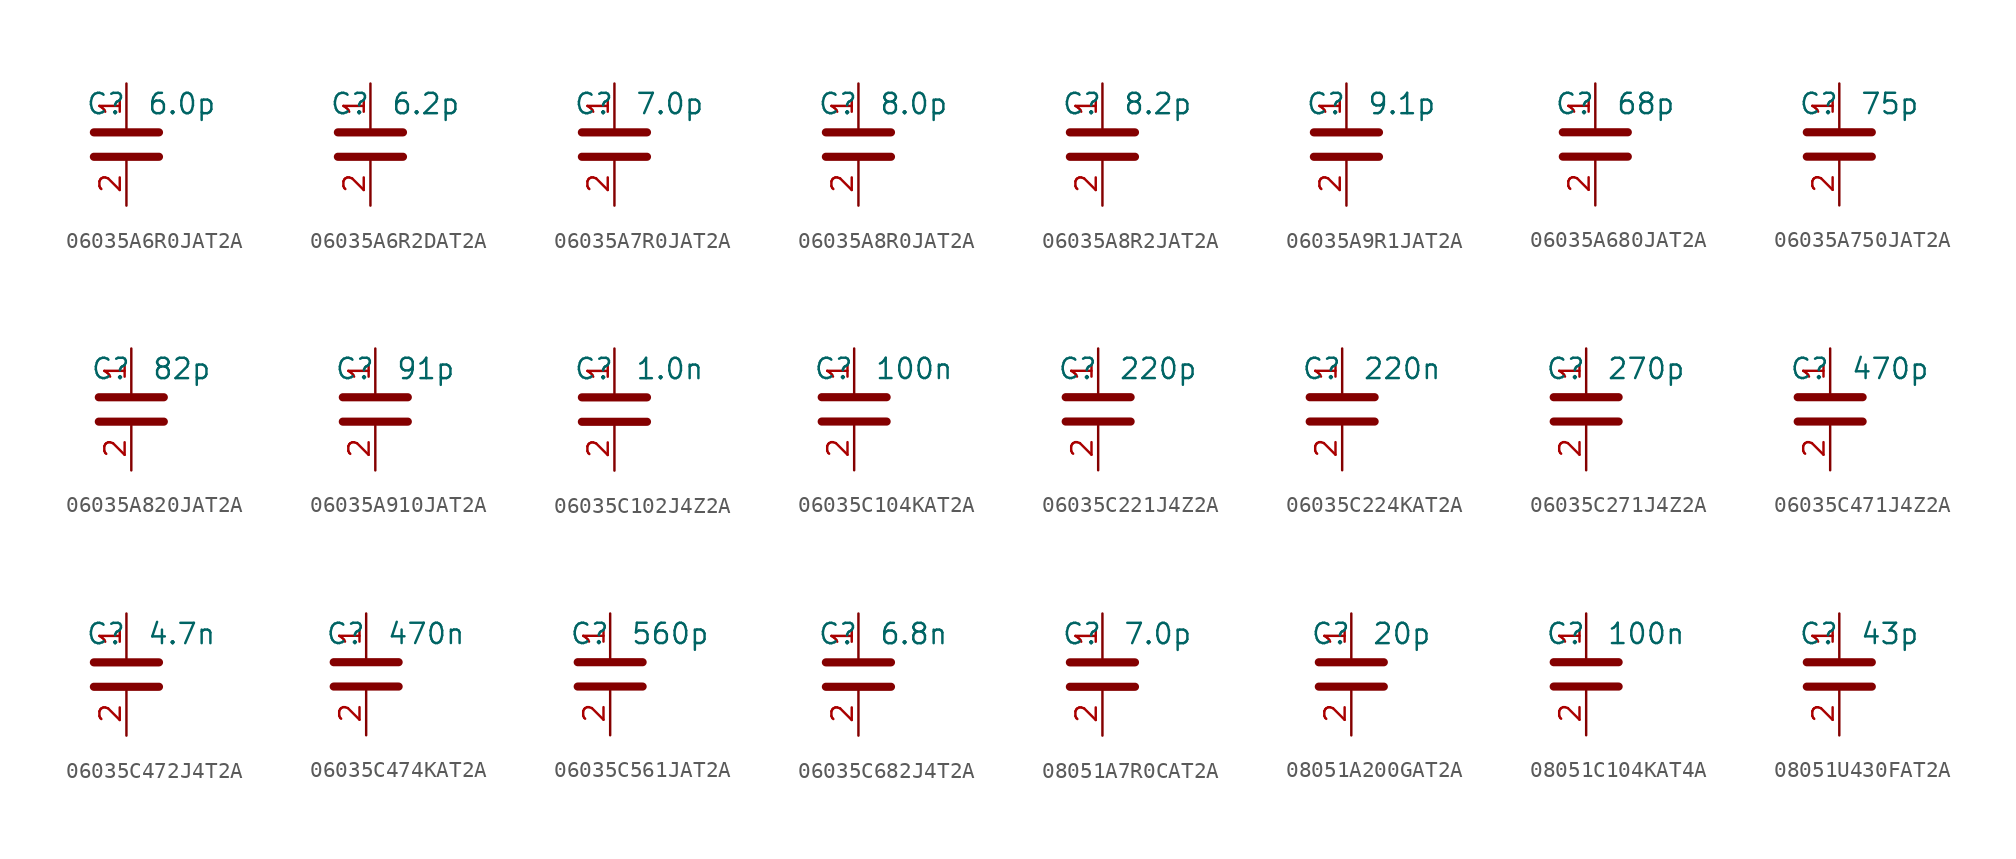
<source format=kicad_sym>
(kicad_symbol_lib
  (version 20241209)
  (generator "kicad_symbol_editor")
  (generator_version "9.0")
  (symbol "06035A6R0JAT2A"
    (property "Reference" "C"
      (at 0 2.54 0)
      (effects (font (size 1.27 1.27)) (justify right)))
    (property "Value" "6.0p"
      (at 1.27 2.54 0)
      (effects (font (size 1.27 1.27)) (justify left)))
    (symbol "06035A6R0JAT2A_0_1"
      (polyline (pts (xy -2.032 0.762) (xy 2.032 0.762)) (stroke (width 0.508) (type default)) (fill (type none)))
      (polyline (pts (xy -2.032 -0.762) (xy 2.032 -0.762)) (stroke (width 0.508) (type default)) (fill (type none))))
    (symbol "06035A6R0JAT2A_1_1"
      (pin passive line (at 0 3.81 270) (length 2.794) (name "~" (effects (font (size 1.27 1.27)))) (number "1" (effects (font (size 1.27 1.27)))))
      (pin passive line (at 0 -3.81 90) (length 2.794) (name "~" (effects (font (size 1.27 1.27)))) (number "2" (effects (font (size 1.27 1.27)))))))
  (symbol "06035A6R2DAT2A"
    (property "Reference" "C"
      (at 0 2.54 0)
      (effects (font (size 1.27 1.27)) (justify right)))
    (property "Value" "6.2p"
      (at 1.27 2.54 0)
      (effects (font (size 1.27 1.27)) (justify left)))
    (symbol "06035A6R2DAT2A_0_1"
      (polyline (pts (xy -2.032 0.762) (xy 2.032 0.762)) (stroke (width 0.508) (type default)) (fill (type none)))
      (polyline (pts (xy -2.032 -0.762) (xy 2.032 -0.762)) (stroke (width 0.508) (type default)) (fill (type none))))
    (symbol "06035A6R2DAT2A_1_1"
      (pin passive line (at 0 3.81 270) (length 2.794) (name "~" (effects (font (size 1.27 1.27)))) (number "1" (effects (font (size 1.27 1.27)))))
      (pin passive line (at 0 -3.81 90) (length 2.794) (name "~" (effects (font (size 1.27 1.27)))) (number "2" (effects (font (size 1.27 1.27)))))))
  (symbol "06035A7R0JAT2A"
    (property "Reference" "C"
      (at 0 2.54 0)
      (effects (font (size 1.27 1.27)) (justify right)))
    (property "Value" "7.0p"
      (at 1.27 2.54 0)
      (effects (font (size 1.27 1.27)) (justify left)))
    (symbol "06035A7R0JAT2A_0_1"
      (polyline (pts (xy -2.032 0.762) (xy 2.032 0.762)) (stroke (width 0.508) (type default)) (fill (type none)))
      (polyline (pts (xy -2.032 -0.762) (xy 2.032 -0.762)) (stroke (width 0.508) (type default)) (fill (type none))))
    (symbol "06035A7R0JAT2A_1_1"
      (pin passive line (at 0 3.81 270) (length 2.794) (name "~" (effects (font (size 1.27 1.27)))) (number "1" (effects (font (size 1.27 1.27)))))
      (pin passive line (at 0 -3.81 90) (length 2.794) (name "~" (effects (font (size 1.27 1.27)))) (number "2" (effects (font (size 1.27 1.27)))))))
  (symbol "06035A8R0JAT2A"
    (property "Reference" "C"
      (at 0 2.54 0)
      (effects (font (size 1.27 1.27)) (justify right)))
    (property "Value" "8.0p"
      (at 1.27 2.54 0)
      (effects (font (size 1.27 1.27)) (justify left)))
    (symbol "06035A8R0JAT2A_0_1"
      (polyline (pts (xy -2.032 0.762) (xy 2.032 0.762)) (stroke (width 0.508) (type default)) (fill (type none)))
      (polyline (pts (xy -2.032 -0.762) (xy 2.032 -0.762)) (stroke (width 0.508) (type default)) (fill (type none))))
    (symbol "06035A8R0JAT2A_1_1"
      (pin passive line (at 0 3.81 270) (length 2.794) (name "~" (effects (font (size 1.27 1.27)))) (number "1" (effects (font (size 1.27 1.27)))))
      (pin passive line (at 0 -3.81 90) (length 2.794) (name "~" (effects (font (size 1.27 1.27)))) (number "2" (effects (font (size 1.27 1.27)))))))
  (symbol "06035A8R2JAT2A"
    (property "Reference" "C"
      (at 0 2.54 0)
      (effects (font (size 1.27 1.27)) (justify right)))
    (property "Value" "8.2p"
      (at 1.27 2.54 0)
      (effects (font (size 1.27 1.27)) (justify left)))
    (symbol "06035A8R2JAT2A_0_1"
      (polyline (pts (xy -2.032 0.762) (xy 2.032 0.762)) (stroke (width 0.508) (type default)) (fill (type none)))
      (polyline (pts (xy -2.032 -0.762) (xy 2.032 -0.762)) (stroke (width 0.508) (type default)) (fill (type none))))
    (symbol "06035A8R2JAT2A_1_1"
      (pin passive line (at 0 3.81 270) (length 2.794) (name "~" (effects (font (size 1.27 1.27)))) (number "1" (effects (font (size 1.27 1.27)))))
      (pin passive line (at 0 -3.81 90) (length 2.794) (name "~" (effects (font (size 1.27 1.27)))) (number "2" (effects (font (size 1.27 1.27)))))))
  (symbol "06035A9R1JAT2A"
    (property "Reference" "C"
      (at 0 2.54 0)
      (effects (font (size 1.27 1.27)) (justify right)))
    (property "Value" "9.1p"
      (at 1.27 2.54 0)
      (effects (font (size 1.27 1.27)) (justify left)))
    (symbol "06035A9R1JAT2A_0_1"
      (polyline (pts (xy -2.032 0.762) (xy 2.032 0.762)) (stroke (width 0.508) (type default)) (fill (type none)))
      (polyline (pts (xy -2.032 -0.762) (xy 2.032 -0.762)) (stroke (width 0.508) (type default)) (fill (type none))))
    (symbol "06035A9R1JAT2A_1_1"
      (pin passive line (at 0 3.81 270) (length 2.794) (name "~" (effects (font (size 1.27 1.27)))) (number "1" (effects (font (size 1.27 1.27)))))
      (pin passive line (at 0 -3.81 90) (length 2.794) (name "~" (effects (font (size 1.27 1.27)))) (number "2" (effects (font (size 1.27 1.27)))))))
  (symbol "06035A680JAT2A"
    (property "Reference" "C"
      (at 0 2.54 0)
      (effects (font (size 1.27 1.27)) (justify right)))
    (property "Value" "68p"
      (at 1.27 2.54 0)
      (effects (font (size 1.27 1.27)) (justify left)))
    (symbol "06035A680JAT2A_0_1"
      (polyline (pts (xy -2.032 0.762) (xy 2.032 0.762)) (stroke (width 0.508) (type default)) (fill (type none)))
      (polyline (pts (xy -2.032 -0.762) (xy 2.032 -0.762)) (stroke (width 0.508) (type default)) (fill (type none))))
    (symbol "06035A680JAT2A_1_1"
      (pin passive line (at 0 3.81 270) (length 2.794) (name "~" (effects (font (size 1.27 1.27)))) (number "1" (effects (font (size 1.27 1.27)))))
      (pin passive line (at 0 -3.81 90) (length 2.794) (name "~" (effects (font (size 1.27 1.27)))) (number "2" (effects (font (size 1.27 1.27)))))))
  (symbol "06035A750JAT2A"
    (property "Reference" "C"
      (at 0 2.54 0)
      (effects (font (size 1.27 1.27)) (justify right)))
    (property "Value" "75p"
      (at 1.27 2.54 0)
      (effects (font (size 1.27 1.27)) (justify left)))
    (symbol "06035A750JAT2A_0_1"
      (polyline (pts (xy -2.032 0.762) (xy 2.032 0.762)) (stroke (width 0.508) (type default)) (fill (type none)))
      (polyline (pts (xy -2.032 -0.762) (xy 2.032 -0.762)) (stroke (width 0.508) (type default)) (fill (type none))))
    (symbol "06035A750JAT2A_1_1"
      (pin passive line (at 0 3.81 270) (length 2.794) (name "~" (effects (font (size 1.27 1.27)))) (number "1" (effects (font (size 1.27 1.27)))))
      (pin passive line (at 0 -3.81 90) (length 2.794) (name "~" (effects (font (size 1.27 1.27)))) (number "2" (effects (font (size 1.27 1.27)))))))
  (symbol "06035A820JAT2A"
    (property "Reference" "C"
      (at 0 2.54 0)
      (effects (font (size 1.27 1.27)) (justify right)))
    (property "Value" "82p"
      (at 1.27 2.54 0)
      (effects (font (size 1.27 1.27)) (justify left)))
    (symbol "06035A820JAT2A_0_1"
      (polyline (pts (xy -2.032 0.762) (xy 2.032 0.762)) (stroke (width 0.508) (type default)) (fill (type none)))
      (polyline (pts (xy -2.032 -0.762) (xy 2.032 -0.762)) (stroke (width 0.508) (type default)) (fill (type none))))
    (symbol "06035A820JAT2A_1_1"
      (pin passive line (at 0 3.81 270) (length 2.794) (name "~" (effects (font (size 1.27 1.27)))) (number "1" (effects (font (size 1.27 1.27)))))
      (pin passive line (at 0 -3.81 90) (length 2.794) (name "~" (effects (font (size 1.27 1.27)))) (number "2" (effects (font (size 1.27 1.27)))))))
  (symbol "06035A910JAT2A"
    (property "Reference" "C"
      (at 0 2.54 0)
      (effects (font (size 1.27 1.27)) (justify right)))
    (property "Value" "91p"
      (at 1.27 2.54 0)
      (effects (font (size 1.27 1.27)) (justify left)))
    (symbol "06035A910JAT2A_0_1"
      (polyline (pts (xy -2.032 0.762) (xy 2.032 0.762)) (stroke (width 0.508) (type default)) (fill (type none)))
      (polyline (pts (xy -2.032 -0.762) (xy 2.032 -0.762)) (stroke (width 0.508) (type default)) (fill (type none))))
    (symbol "06035A910JAT2A_1_1"
      (pin passive line (at 0 3.81 270) (length 2.794) (name "~" (effects (font (size 1.27 1.27)))) (number "1" (effects (font (size 1.27 1.27)))))
      (pin passive line (at 0 -3.81 90) (length 2.794) (name "~" (effects (font (size 1.27 1.27)))) (number "2" (effects (font (size 1.27 1.27)))))))
  (symbol "06035C102J4Z2A"
    (property "Reference" "C"
      (at 0 2.54 0)
      (effects (font (size 1.27 1.27)) (justify right)))
    (property "Value" "1.0n"
      (at 1.27 2.54 0)
      (effects (font (size 1.27 1.27)) (justify left)))
    (symbol "06035C102J4Z2A_0_1"
      (polyline (pts (xy -2.032 0.762) (xy 2.032 0.762)) (stroke (width 0.508) (type default)) (fill (type none)))
      (polyline (pts (xy -2.032 -0.762) (xy 2.032 -0.762)) (stroke (width 0.508) (type default)) (fill (type none))))
    (symbol "06035C102J4Z2A_1_1"
      (pin passive line (at 0 3.81 270) (length 2.794) (name "~" (effects (font (size 1.27 1.27)))) (number "1" (effects (font (size 1.27 1.27)))))
      (pin passive line (at 0 -3.81 90) (length 2.794) (name "~" (effects (font (size 1.27 1.27)))) (number "2" (effects (font (size 1.27 1.27)))))))
  (symbol "06035C104KAT2A"
    (property "Reference" "C"
      (at 0 2.54 0)
      (effects (font (size 1.27 1.27)) (justify right)))
    (property "Value" "100n"
      (at 1.27 2.54 0)
      (effects (font (size 1.27 1.27)) (justify left)))
    (symbol "06035C104KAT2A_0_1"
      (polyline (pts (xy -2.032 0.762) (xy 2.032 0.762)) (stroke (width 0.508) (type default)) (fill (type none)))
      (polyline (pts (xy -2.032 -0.762) (xy 2.032 -0.762)) (stroke (width 0.508) (type default)) (fill (type none))))
    (symbol "06035C104KAT2A_1_1"
      (pin passive line (at 0 3.81 270) (length 2.794) (name "~" (effects (font (size 1.27 1.27)))) (number "1" (effects (font (size 1.27 1.27)))))
      (pin passive line (at 0 -3.81 90) (length 2.794) (name "~" (effects (font (size 1.27 1.27)))) (number "2" (effects (font (size 1.27 1.27)))))))
  (symbol "06035C221J4Z2A"
    (property "Reference" "C"
      (at 0 2.54 0)
      (effects (font (size 1.27 1.27)) (justify right)))
    (property "Value" "220p"
      (at 1.27 2.54 0)
      (effects (font (size 1.27 1.27)) (justify left)))
    (symbol "06035C221J4Z2A_0_1"
      (polyline (pts (xy -2.032 0.762) (xy 2.032 0.762)) (stroke (width 0.508) (type default)) (fill (type none)))
      (polyline (pts (xy -2.032 -0.762) (xy 2.032 -0.762)) (stroke (width 0.508) (type default)) (fill (type none))))
    (symbol "06035C221J4Z2A_1_1"
      (pin passive line (at 0 3.81 270) (length 2.794) (name "~" (effects (font (size 1.27 1.27)))) (number "1" (effects (font (size 1.27 1.27)))))
      (pin passive line (at 0 -3.81 90) (length 2.794) (name "~" (effects (font (size 1.27 1.27)))) (number "2" (effects (font (size 1.27 1.27)))))))
  (symbol "06035C224KAT2A"
    (property "Reference" "C"
      (at 0 2.54 0)
      (effects (font (size 1.27 1.27)) (justify right)))
    (property "Value" "220n"
      (at 1.27 2.54 0)
      (effects (font (size 1.27 1.27)) (justify left)))
    (symbol "06035C224KAT2A_0_1"
      (polyline (pts (xy -2.032 0.762) (xy 2.032 0.762)) (stroke (width 0.508) (type default)) (fill (type none)))
      (polyline (pts (xy -2.032 -0.762) (xy 2.032 -0.762)) (stroke (width 0.508) (type default)) (fill (type none))))
    (symbol "06035C224KAT2A_1_1"
      (pin passive line (at 0 3.81 270) (length 2.794) (name "~" (effects (font (size 1.27 1.27)))) (number "1" (effects (font (size 1.27 1.27)))))
      (pin passive line (at 0 -3.81 90) (length 2.794) (name "~" (effects (font (size 1.27 1.27)))) (number "2" (effects (font (size 1.27 1.27)))))))
  (symbol "06035C271J4Z2A"
    (property "Reference" "C"
      (at 0 2.54 0)
      (effects (font (size 1.27 1.27)) (justify right)))
    (property "Value" "270p"
      (at 1.27 2.54 0)
      (effects (font (size 1.27 1.27)) (justify left)))
    (symbol "06035C271J4Z2A_0_1"
      (polyline (pts (xy -2.032 0.762) (xy 2.032 0.762)) (stroke (width 0.508) (type default)) (fill (type none)))
      (polyline (pts (xy -2.032 -0.762) (xy 2.032 -0.762)) (stroke (width 0.508) (type default)) (fill (type none))))
    (symbol "06035C271J4Z2A_1_1"
      (pin passive line (at 0 3.81 270) (length 2.794) (name "~" (effects (font (size 1.27 1.27)))) (number "1" (effects (font (size 1.27 1.27)))))
      (pin passive line (at 0 -3.81 90) (length 2.794) (name "~" (effects (font (size 1.27 1.27)))) (number "2" (effects (font (size 1.27 1.27)))))))
  (symbol "06035C471J4Z2A"
    (property "Reference" "C"
      (at 0 2.54 0)
      (effects (font (size 1.27 1.27)) (justify right)))
    (property "Value" "470p"
      (at 1.27 2.54 0)
      (effects (font (size 1.27 1.27)) (justify left)))
    (symbol "06035C471J4Z2A_0_1"
      (polyline (pts (xy -2.032 0.762) (xy 2.032 0.762)) (stroke (width 0.508) (type default)) (fill (type none)))
      (polyline (pts (xy -2.032 -0.762) (xy 2.032 -0.762)) (stroke (width 0.508) (type default)) (fill (type none))))
    (symbol "06035C471J4Z2A_1_1"
      (pin passive line (at 0 3.81 270) (length 2.794) (name "~" (effects (font (size 1.27 1.27)))) (number "1" (effects (font (size 1.27 1.27)))))
      (pin passive line (at 0 -3.81 90) (length 2.794) (name "~" (effects (font (size 1.27 1.27)))) (number "2" (effects (font (size 1.27 1.27)))))))
  (symbol "06035C472J4T2A"
    (property "Reference" "C"
      (at 0 2.54 0)
      (effects (font (size 1.27 1.27)) (justify right)))
    (property "Value" "4.7n"
      (at 1.27 2.54 0)
      (effects (font (size 1.27 1.27)) (justify left)))
    (symbol "06035C472J4T2A_0_1"
      (polyline (pts (xy -2.032 0.762) (xy 2.032 0.762)) (stroke (width 0.508) (type default)) (fill (type none)))
      (polyline (pts (xy -2.032 -0.762) (xy 2.032 -0.762)) (stroke (width 0.508) (type default)) (fill (type none))))
    (symbol "06035C472J4T2A_1_1"
      (pin passive line (at 0 3.81 270) (length 2.794) (name "~" (effects (font (size 1.27 1.27)))) (number "1" (effects (font (size 1.27 1.27)))))
      (pin passive line (at 0 -3.81 90) (length 2.794) (name "~" (effects (font (size 1.27 1.27)))) (number "2" (effects (font (size 1.27 1.27)))))))
  (symbol "06035C474KAT2A"
    (property "Reference" "C"
      (at 0 2.54 0)
      (effects (font (size 1.27 1.27)) (justify right)))
    (property "Value" "470n"
      (at 1.27 2.54 0)
      (effects (font (size 1.27 1.27)) (justify left)))
    (symbol "06035C474KAT2A_0_1"
      (polyline (pts (xy -2.032 0.762) (xy 2.032 0.762)) (stroke (width 0.508) (type default)) (fill (type none)))
      (polyline (pts (xy -2.032 -0.762) (xy 2.032 -0.762)) (stroke (width 0.508) (type default)) (fill (type none))))
    (symbol "06035C474KAT2A_1_1"
      (pin passive line (at 0 3.81 270) (length 2.794) (name "~" (effects (font (size 1.27 1.27)))) (number "1" (effects (font (size 1.27 1.27)))))
      (pin passive line (at 0 -3.81 90) (length 2.794) (name "~" (effects (font (size 1.27 1.27)))) (number "2" (effects (font (size 1.27 1.27)))))))
  (symbol "06035C561JAT2A"
    (property "Reference" "C"
      (at 0 2.54 0)
      (effects (font (size 1.27 1.27)) (justify right)))
    (property "Value" "560p"
      (at 1.27 2.54 0)
      (effects (font (size 1.27 1.27)) (justify left)))
    (symbol "06035C561JAT2A_0_1"
      (polyline (pts (xy -2.032 0.762) (xy 2.032 0.762)) (stroke (width 0.508) (type default)) (fill (type none)))
      (polyline (pts (xy -2.032 -0.762) (xy 2.032 -0.762)) (stroke (width 0.508) (type default)) (fill (type none))))
    (symbol "06035C561JAT2A_1_1"
      (pin passive line (at 0 3.81 270) (length 2.794) (name "~" (effects (font (size 1.27 1.27)))) (number "1" (effects (font (size 1.27 1.27)))))
      (pin passive line (at 0 -3.81 90) (length 2.794) (name "~" (effects (font (size 1.27 1.27)))) (number "2" (effects (font (size 1.27 1.27)))))))
  (symbol "06035C682J4T2A"
    (property "Reference" "C"
      (at 0 2.54 0)
      (effects (font (size 1.27 1.27)) (justify right)))
    (property "Value" "6.8n"
      (at 1.27 2.54 0)
      (effects (font (size 1.27 1.27)) (justify left)))
    (symbol "06035C682J4T2A_0_1"
      (polyline (pts (xy -2.032 0.762) (xy 2.032 0.762)) (stroke (width 0.508) (type default)) (fill (type none)))
      (polyline (pts (xy -2.032 -0.762) (xy 2.032 -0.762)) (stroke (width 0.508) (type default)) (fill (type none))))
    (symbol "06035C682J4T2A_1_1"
      (pin passive line (at 0 3.81 270) (length 2.794) (name "~" (effects (font (size 1.27 1.27)))) (number "1" (effects (font (size 1.27 1.27)))))
      (pin passive line (at 0 -3.81 90) (length 2.794) (name "~" (effects (font (size 1.27 1.27)))) (number "2" (effects (font (size 1.27 1.27)))))))
  (symbol "08051A7R0CAT2A"
    (property "Reference" "C"
      (at 0 2.54 0)
      (effects (font (size 1.27 1.27)) (justify right)))
    (property "Value" "7.0p"
      (at 1.27 2.54 0)
      (effects (font (size 1.27 1.27)) (justify left)))
    (symbol "08051A7R0CAT2A_0_1"
      (polyline (pts (xy -2.032 0.762) (xy 2.032 0.762)) (stroke (width 0.508) (type default)) (fill (type none)))
      (polyline (pts (xy -2.032 -0.762) (xy 2.032 -0.762)) (stroke (width 0.508) (type default)) (fill (type none))))
    (symbol "08051A7R0CAT2A_1_1"
      (pin passive line (at 0 3.81 270) (length 2.794) (name "~" (effects (font (size 1.27 1.27)))) (number "1" (effects (font (size 1.27 1.27)))))
      (pin passive line (at 0 -3.81 90) (length 2.794) (name "~" (effects (font (size 1.27 1.27)))) (number "2" (effects (font (size 1.27 1.27)))))))
  (symbol "08051A200GAT2A"
    (property "Reference" "C"
      (at 0 2.54 0)
      (effects (font (size 1.27 1.27)) (justify right)))
    (property "Value" "20p"
      (at 1.27 2.54 0)
      (effects (font (size 1.27 1.27)) (justify left)))
    (symbol "08051A200GAT2A_0_1"
      (polyline (pts (xy -2.032 0.762) (xy 2.032 0.762)) (stroke (width 0.508) (type default)) (fill (type none)))
      (polyline (pts (xy -2.032 -0.762) (xy 2.032 -0.762)) (stroke (width 0.508) (type default)) (fill (type none))))
    (symbol "08051A200GAT2A_1_1"
      (pin passive line (at 0 3.81 270) (length 2.794) (name "~" (effects (font (size 1.27 1.27)))) (number "1" (effects (font (size 1.27 1.27)))))
      (pin passive line (at 0 -3.81 90) (length 2.794) (name "~" (effects (font (size 1.27 1.27)))) (number "2" (effects (font (size 1.27 1.27)))))))
  (symbol "08051C104KAT4A"
    (property "Reference" "C"
      (at 0 2.54 0)
      (effects (font (size 1.27 1.27)) (justify right)))
    (property "Value" "100n"
      (at 1.27 2.54 0)
      (effects (font (size 1.27 1.27)) (justify left)))
    (symbol "08051C104KAT4A_0_1"
      (polyline (pts (xy -2.032 0.762) (xy 2.032 0.762)) (stroke (width 0.508) (type default)) (fill (type none)))
      (polyline (pts (xy -2.032 -0.762) (xy 2.032 -0.762)) (stroke (width 0.508) (type default)) (fill (type none))))
    (symbol "08051C104KAT4A_1_1"
      (pin passive line (at 0 3.81 270) (length 2.794) (name "~" (effects (font (size 1.27 1.27)))) (number "1" (effects (font (size 1.27 1.27)))))
      (pin passive line (at 0 -3.81 90) (length 2.794) (name "~" (effects (font (size 1.27 1.27)))) (number "2" (effects (font (size 1.27 1.27)))))))
  (symbol "08051U430FAT2A"
    (property "Reference" "C"
      (at 0 2.54 0)
      (effects (font (size 1.27 1.27)) (justify right)))
    (property "Value" "43p"
      (at 1.27 2.54 0)
      (effects (font (size 1.27 1.27)) (justify left)))
    (symbol "08051U430FAT2A_0_1"
      (polyline (pts (xy -2.032 0.762) (xy 2.032 0.762)) (stroke (width 0.508) (type default)) (fill (type none)))
      (polyline (pts (xy -2.032 -0.762) (xy 2.032 -0.762)) (stroke (width 0.508) (type default)) (fill (type none))))
    (symbol "08051U430FAT2A_1_1"
      (pin passive line (at 0 3.81 270) (length 2.794) (name "~" (effects (font (size 1.27 1.27)))) (number "1" (effects (font (size 1.27 1.27)))))
      (pin passive line (at 0 -3.81 90) (length 2.794) (name "~" (effects (font (size 1.27 1.27)))) (number "2" (effects (font (size 1.27 1.27))))))))
</source>
